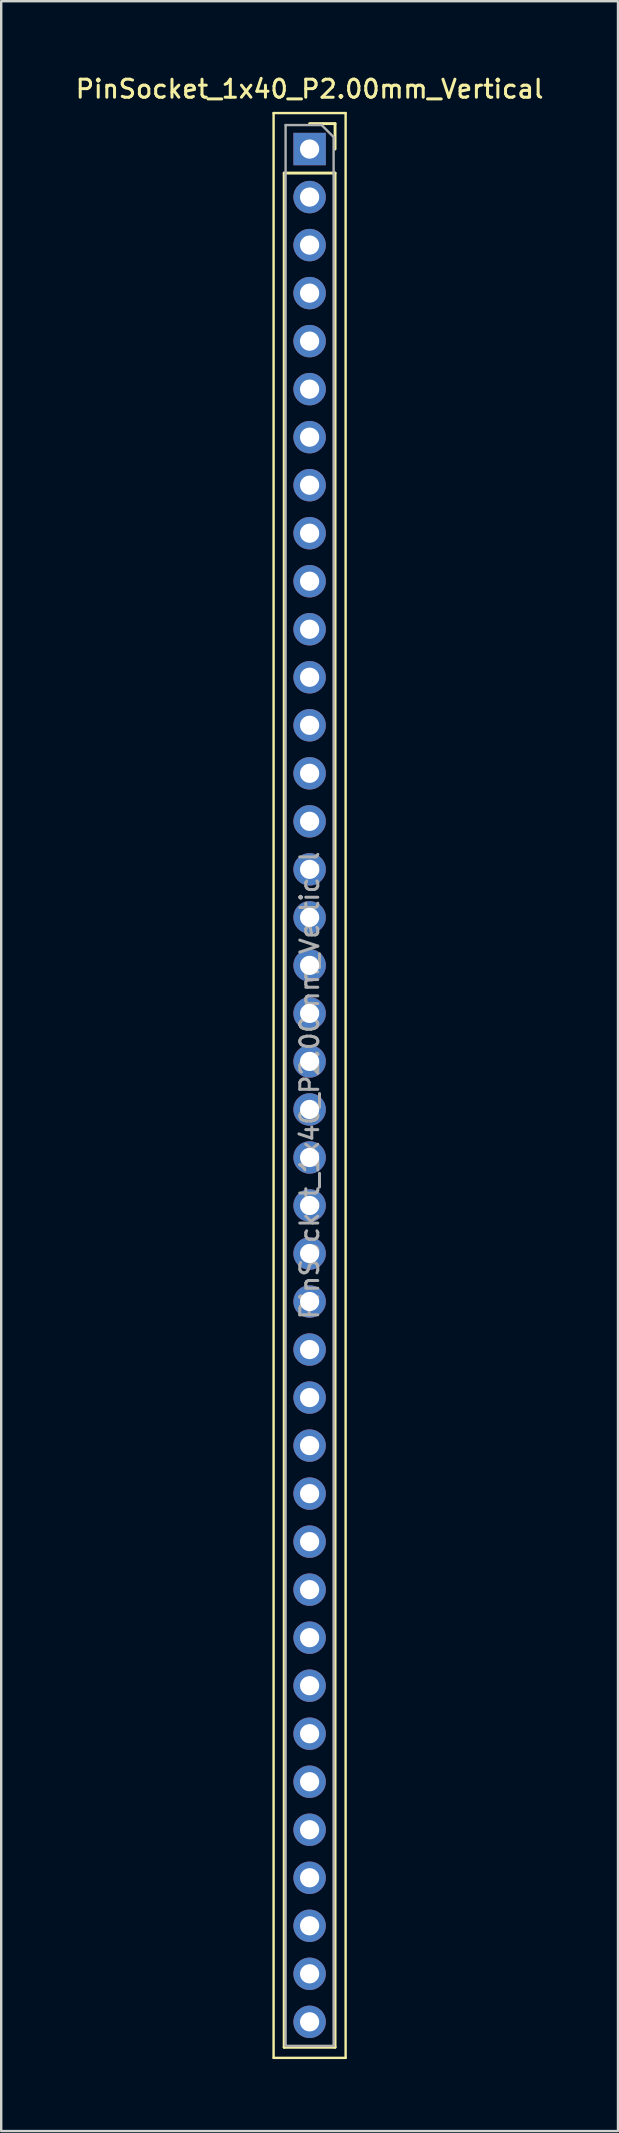
<source format=kicad_pcb>
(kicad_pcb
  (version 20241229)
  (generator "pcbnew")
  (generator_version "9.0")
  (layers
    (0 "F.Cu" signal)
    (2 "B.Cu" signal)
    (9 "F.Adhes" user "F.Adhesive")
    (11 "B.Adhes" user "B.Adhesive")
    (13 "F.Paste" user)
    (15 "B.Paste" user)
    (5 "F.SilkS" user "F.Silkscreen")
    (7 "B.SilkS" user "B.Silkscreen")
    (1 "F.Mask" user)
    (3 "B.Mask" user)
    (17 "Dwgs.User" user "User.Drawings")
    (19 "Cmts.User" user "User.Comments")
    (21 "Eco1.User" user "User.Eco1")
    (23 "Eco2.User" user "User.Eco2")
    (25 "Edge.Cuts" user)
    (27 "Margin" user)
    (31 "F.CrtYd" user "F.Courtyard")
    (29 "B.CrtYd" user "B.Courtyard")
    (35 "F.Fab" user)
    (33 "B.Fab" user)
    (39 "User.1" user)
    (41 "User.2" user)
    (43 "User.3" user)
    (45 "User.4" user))
  (footprint "PinSocket_1x40_P2.00mm_Vertical"
    (layer "F.Cu")
    (at 9.845 3.158)
    (property "Reference" "PinSocket_1x40_P2.00mm_Vertical" (at 0 -2.5 0) (layer "F.SilkS") (effects (font (size 0.75 0.75) (thickness 0.125))))
    (attr through_hole)
    (fp_line (start -1.5 -1.5) (end 1.5 -1.5) (stroke (width 0.1) (type solid)) (layer "F.SilkS"))
    (fp_line (start -1.5 79.5) (end -1.5 -1.5) (stroke (width 0.1) (type solid)) (layer "F.SilkS"))
    (fp_line (start -1.06 1) (end -1.06 79.06) (stroke (width 0.12) (type solid)) (layer "F.SilkS"))
    (fp_line (start -1.06 1) (end 1.06 1) (stroke (width 0.12) (type solid)) (layer "F.SilkS"))
    (fp_line (start -1.06 79.06) (end 1.06 79.06) (stroke (width 0.12) (type solid)) (layer "F.SilkS"))
    (fp_line (start 0 -1.06) (end 1.06 -1.06) (stroke (width 0.12) (type solid)) (layer "F.SilkS"))
    (fp_line (start 1.06 -1.06) (end 1.06 0) (stroke (width 0.12) (type solid)) (layer "F.SilkS"))
    (fp_line (start 1.06 1) (end 1.06 79.06) (stroke (width 0.12) (type solid)) (layer "F.SilkS"))
    (fp_line (start 1.5 -1.5) (end 1.5 79.5) (stroke (width 0.1) (type solid)) (layer "F.SilkS"))
    (fp_line (start 1.5 79.5) (end -1.5 79.5) (stroke (width 0.1) (type solid)) (layer "F.SilkS"))
    (fp_line (start -1 -1) (end 0.5 -1) (stroke (width 0.1) (type solid)) (layer "F.Fab"))
    (fp_line (start -1 79) (end -1 -1) (stroke (width 0.1) (type solid)) (layer "F.Fab"))
    (fp_line (start 0.5 -1) (end 1 -0.5) (stroke (width 0.1) (type solid)) (layer "F.Fab"))
    (fp_line (start 1 -0.5) (end 1 79) (stroke (width 0.1) (type solid)) (layer "F.Fab"))
    (fp_line (start 1 79) (end -1 79) (stroke (width 0.1) (type solid)) (layer "F.Fab"))
    (fp_text user "${REFERENCE}" (at 0 39 90) (layer "F.Fab") (effects (font (size 0.75 0.75) (thickness 0.125))))
    (pad "1" thru_hole rect (at 0 0) (size 1.35 1.35) (drill 0.8) (layers "*.Cu" "*.Mask"))
    (pad "2" thru_hole oval (at 0 2) (size 1.35 1.35) (drill 0.8) (layers "*.Cu" "*.Mask"))
    (pad "3" thru_hole oval (at 0 4) (size 1.35 1.35) (drill 0.8) (layers "*.Cu" "*.Mask"))
    (pad "4" thru_hole oval (at 0 6) (size 1.35 1.35) (drill 0.8) (layers "*.Cu" "*.Mask"))
    (pad "5" thru_hole oval (at 0 8) (size 1.35 1.35) (drill 0.8) (layers "*.Cu" "*.Mask"))
    (pad "6" thru_hole oval (at 0 10) (size 1.35 1.35) (drill 0.8) (layers "*.Cu" "*.Mask"))
    (pad "7" thru_hole oval (at 0 12) (size 1.35 1.35) (drill 0.8) (layers "*.Cu" "*.Mask"))
    (pad "8" thru_hole oval (at 0 14) (size 1.35 1.35) (drill 0.8) (layers "*.Cu" "*.Mask"))
    (pad "9" thru_hole oval (at 0 16) (size 1.35 1.35) (drill 0.8) (layers "*.Cu" "*.Mask"))
    (pad "10" thru_hole oval (at 0 18) (size 1.35 1.35) (drill 0.8) (layers "*.Cu" "*.Mask"))
    (pad "11" thru_hole oval (at 0 20) (size 1.35 1.35) (drill 0.8) (layers "*.Cu" "*.Mask"))
    (pad "12" thru_hole oval (at 0 22) (size 1.35 1.35) (drill 0.8) (layers "*.Cu" "*.Mask"))
    (pad "13" thru_hole oval (at 0 24) (size 1.35 1.35) (drill 0.8) (layers "*.Cu" "*.Mask"))
    (pad "14" thru_hole oval (at 0 26) (size 1.35 1.35) (drill 0.8) (layers "*.Cu" "*.Mask"))
    (pad "15" thru_hole oval (at 0 28) (size 1.35 1.35) (drill 0.8) (layers "*.Cu" "*.Mask"))
    (pad "16" thru_hole oval (at 0 30) (size 1.35 1.35) (drill 0.8) (layers "*.Cu" "*.Mask"))
    (pad "17" thru_hole oval (at 0 32) (size 1.35 1.35) (drill 0.8) (layers "*.Cu" "*.Mask"))
    (pad "18" thru_hole oval (at 0 34) (size 1.35 1.35) (drill 0.8) (layers "*.Cu" "*.Mask"))
    (pad "19" thru_hole oval (at 0 36) (size 1.35 1.35) (drill 0.8) (layers "*.Cu" "*.Mask"))
    (pad "20" thru_hole oval (at 0 38) (size 1.35 1.35) (drill 0.8) (layers "*.Cu" "*.Mask"))
    (pad "21" thru_hole oval (at 0 40) (size 1.35 1.35) (drill 0.8) (layers "*.Cu" "*.Mask"))
    (pad "22" thru_hole oval (at 0 42) (size 1.35 1.35) (drill 0.8) (layers "*.Cu" "*.Mask"))
    (pad "23" thru_hole oval (at 0 44) (size 1.35 1.35) (drill 0.8) (layers "*.Cu" "*.Mask"))
    (pad "24" thru_hole oval (at 0 46) (size 1.35 1.35) (drill 0.8) (layers "*.Cu" "*.Mask"))
    (pad "25" thru_hole oval (at 0 48) (size 1.35 1.35) (drill 0.8) (layers "*.Cu" "*.Mask"))
    (pad "26" thru_hole oval (at 0 50) (size 1.35 1.35) (drill 0.8) (layers "*.Cu" "*.Mask"))
    (pad "27" thru_hole oval (at 0 52) (size 1.35 1.35) (drill 0.8) (layers "*.Cu" "*.Mask"))
    (pad "28" thru_hole oval (at 0 54) (size 1.35 1.35) (drill 0.8) (layers "*.Cu" "*.Mask"))
    (pad "29" thru_hole oval (at 0 56) (size 1.35 1.35) (drill 0.8) (layers "*.Cu" "*.Mask"))
    (pad "30" thru_hole oval (at 0 58) (size 1.35 1.35) (drill 0.8) (layers "*.Cu" "*.Mask"))
    (pad "31" thru_hole oval (at 0 60) (size 1.35 1.35) (drill 0.8) (layers "*.Cu" "*.Mask"))
    (pad "32" thru_hole oval (at 0 62) (size 1.35 1.35) (drill 0.8) (layers "*.Cu" "*.Mask"))
    (pad "33" thru_hole oval (at 0 64) (size 1.35 1.35) (drill 0.8) (layers "*.Cu" "*.Mask"))
    (pad "34" thru_hole oval (at 0 66) (size 1.35 1.35) (drill 0.8) (layers "*.Cu" "*.Mask"))
    (pad "35" thru_hole oval (at 0 68) (size 1.35 1.35) (drill 0.8) (layers "*.Cu" "*.Mask"))
    (pad "36" thru_hole oval (at 0 70) (size 1.35 1.35) (drill 0.8) (layers "*.Cu" "*.Mask"))
    (pad "37" thru_hole oval (at 0 72) (size 1.35 1.35) (drill 0.8) (layers "*.Cu" "*.Mask"))
    (pad "38" thru_hole oval (at 0 74) (size 1.35 1.35) (drill 0.8) (layers "*.Cu" "*.Mask"))
    (pad "39" thru_hole oval (at 0 76) (size 1.35 1.35) (drill 0.8) (layers "*.Cu" "*.Mask"))
    (pad "40" thru_hole oval (at 0 78) (size 1.35 1.35) (drill 0.8) (layers "*.Cu" "*.Mask")))
  (gr_rect
    (start -3 -3)
    (end 22.689 85.708)
    (stroke (width 0.1) (type default))
    (fill no)
    (layer "Edge.Cuts")))
</source>
